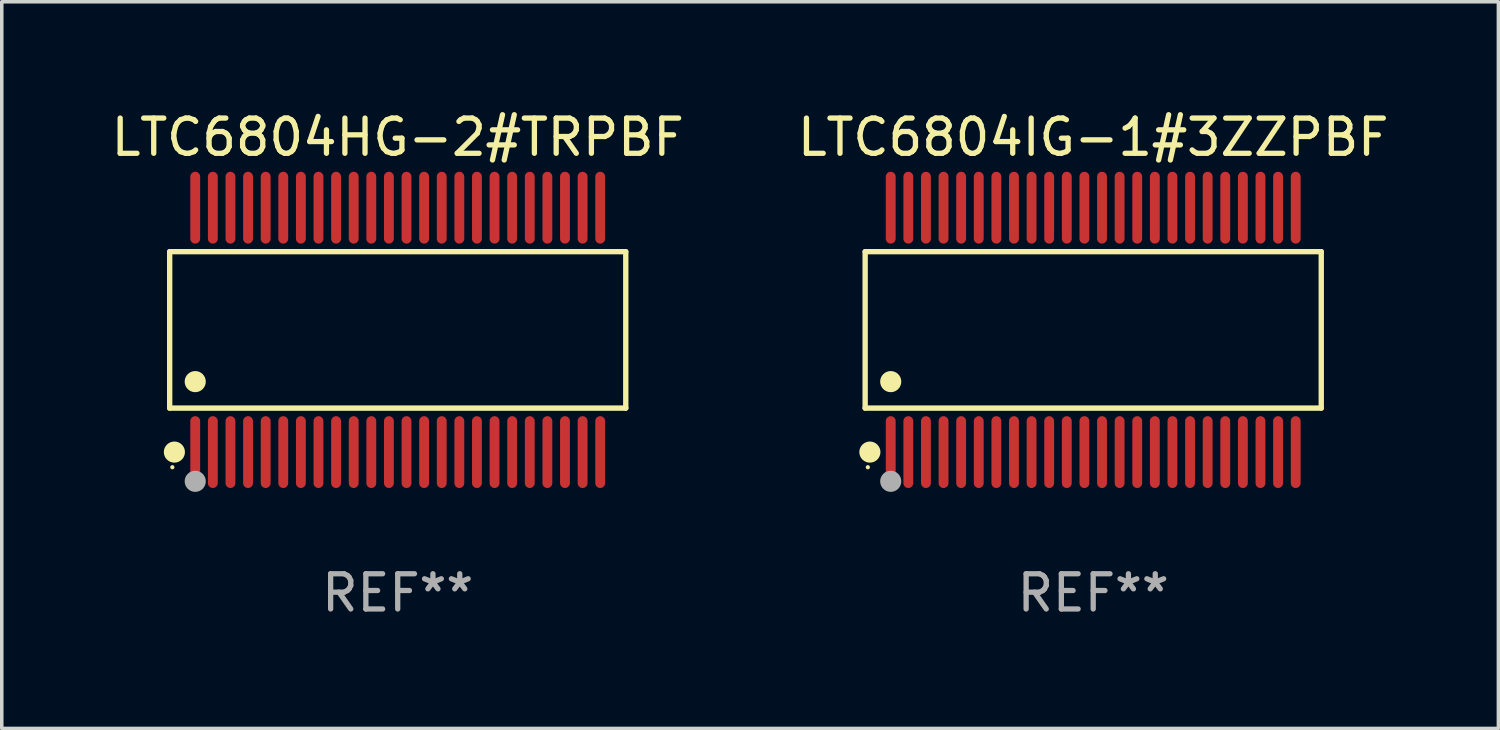
<source format=kicad_pcb>
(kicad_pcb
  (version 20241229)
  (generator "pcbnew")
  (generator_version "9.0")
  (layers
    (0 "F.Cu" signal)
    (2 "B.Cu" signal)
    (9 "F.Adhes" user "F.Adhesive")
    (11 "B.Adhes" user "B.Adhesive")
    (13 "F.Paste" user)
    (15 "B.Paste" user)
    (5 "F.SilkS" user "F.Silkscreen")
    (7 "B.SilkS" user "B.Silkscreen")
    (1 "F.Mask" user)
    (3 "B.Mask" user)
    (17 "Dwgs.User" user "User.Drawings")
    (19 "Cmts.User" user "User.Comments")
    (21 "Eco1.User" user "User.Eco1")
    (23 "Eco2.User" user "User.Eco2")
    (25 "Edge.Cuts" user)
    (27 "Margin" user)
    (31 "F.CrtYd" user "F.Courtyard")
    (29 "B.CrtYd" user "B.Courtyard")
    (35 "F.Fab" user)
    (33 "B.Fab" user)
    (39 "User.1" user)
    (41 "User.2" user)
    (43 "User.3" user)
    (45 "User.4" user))
  (footprint "LTC6804IG-1#3ZZPBF"
    (layer "F.Cu")
    (at 27.994 6.318)
    (property "Reference" "LTC6804IG-1#3ZZPBF" (at 0 -5.47 0) (layer "F.SilkS") (effects (font (size 1 1) (thickness 0.15))))
    (attr through_hole)
    (fp_line (start -6.476 -2.221) (end 6.476 -2.221) (stroke (width 0.152) (type solid)) (layer "F.SilkS"))
    (fp_line (start -6.476 2.221) (end -6.476 -2.221) (stroke (width 0.152) (type solid)) (layer "F.SilkS"))
    (fp_line (start 6.476 -2.221) (end 6.476 2.221) (stroke (width 0.152) (type solid)) (layer "F.SilkS"))
    (fp_line (start 6.476 2.221) (end -6.476 2.221) (stroke (width 0.152) (type solid)) (layer "F.SilkS"))
    (fp_circle (center -6.4 3.9) (end -6.37 3.9) (stroke (width 0.06) (type solid)) (fill no) (layer "F.SilkS"))
    (fp_circle (center -6.342 3.47) (end -6.192 3.47) (stroke (width 0.3) (type solid)) (fill no) (layer "F.SilkS"))
    (fp_circle (center -5.75 1.469) (end -5.6 1.469) (stroke (width 0.3) (type solid)) (fill no) (layer "F.SilkS"))
    (fp_circle (center -5.75 4.3) (end -5.6 4.3) (stroke (width 0.3) (type solid)) (fill no) (layer "F.Fab"))
    (fp_text user "REF**" (at 0 7.47 0) (layer "F.Fab") (effects (font (size 1 1) (thickness 0.15))))
    (pad "1" smd oval (at -5.75 3.47) (size 0.28 2.04) (layers "F.Cu" "F.Mask" "F.Paste"))
    (pad "2" smd oval (at -5.25 3.47) (size 0.28 2.04) (layers "F.Cu" "F.Mask" "F.Paste"))
    (pad "3" smd oval (at -4.75 3.47) (size 0.28 2.04) (layers "F.Cu" "F.Mask" "F.Paste"))
    (pad "4" smd oval (at -4.25 3.47) (size 0.28 2.04) (layers "F.Cu" "F.Mask" "F.Paste"))
    (pad "5" smd oval (at -3.75 3.47) (size 0.28 2.04) (layers "F.Cu" "F.Mask" "F.Paste"))
    (pad "6" smd oval (at -3.25 3.47) (size 0.28 2.04) (layers "F.Cu" "F.Mask" "F.Paste"))
    (pad "7" smd oval (at -2.75 3.47) (size 0.28 2.04) (layers "F.Cu" "F.Mask" "F.Paste"))
    (pad "8" smd oval (at -2.25 3.47) (size 0.28 2.04) (layers "F.Cu" "F.Mask" "F.Paste"))
    (pad "9" smd oval (at -1.75 3.47) (size 0.28 2.04) (layers "F.Cu" "F.Mask" "F.Paste"))
    (pad "10" smd oval (at -1.25 3.47) (size 0.28 2.04) (layers "F.Cu" "F.Mask" "F.Paste"))
    (pad "11" smd oval (at -0.75 3.47) (size 0.28 2.04) (layers "F.Cu" "F.Mask" "F.Paste"))
    (pad "12" smd oval (at -0.25 3.47) (size 0.28 2.04) (layers "F.Cu" "F.Mask" "F.Paste"))
    (pad "13" smd oval (at 0.25 3.47) (size 0.28 2.04) (layers "F.Cu" "F.Mask" "F.Paste"))
    (pad "14" smd oval (at 0.75 3.47) (size 0.28 2.04) (layers "F.Cu" "F.Mask" "F.Paste"))
    (pad "15" smd oval (at 1.25 3.47) (size 0.28 2.04) (layers "F.Cu" "F.Mask" "F.Paste"))
    (pad "16" smd oval (at 1.75 3.47) (size 0.28 2.04) (layers "F.Cu" "F.Mask" "F.Paste"))
    (pad "17" smd oval (at 2.25 3.47) (size 0.28 2.04) (layers "F.Cu" "F.Mask" "F.Paste"))
    (pad "18" smd oval (at 2.75 3.47) (size 0.28 2.04) (layers "F.Cu" "F.Mask" "F.Paste"))
    (pad "19" smd oval (at 3.25 3.47) (size 0.28 2.04) (layers "F.Cu" "F.Mask" "F.Paste"))
    (pad "20" smd oval (at 3.75 3.47) (size 0.28 2.04) (layers "F.Cu" "F.Mask" "F.Paste"))
    (pad "21" smd oval (at 4.25 3.47) (size 0.28 2.04) (layers "F.Cu" "F.Mask" "F.Paste"))
    (pad "22" smd oval (at 4.75 3.47) (size 0.28 2.04) (layers "F.Cu" "F.Mask" "F.Paste"))
    (pad "23" smd oval (at 5.25 3.47) (size 0.28 2.04) (layers "F.Cu" "F.Mask" "F.Paste"))
    (pad "24" smd oval (at 5.75 3.47) (size 0.28 2.04) (layers "F.Cu" "F.Mask" "F.Paste"))
    (pad "25" smd oval (at 5.75 -3.47) (size 0.28 2.04) (layers "F.Cu" "F.Mask" "F.Paste"))
    (pad "26" smd oval (at 5.25 -3.47) (size 0.28 2.04) (layers "F.Cu" "F.Mask" "F.Paste"))
    (pad "27" smd oval (at 4.75 -3.47) (size 0.28 2.04) (layers "F.Cu" "F.Mask" "F.Paste"))
    (pad "28" smd oval (at 4.25 -3.47) (size 0.28 2.04) (layers "F.Cu" "F.Mask" "F.Paste"))
    (pad "29" smd oval (at 3.75 -3.47) (size 0.28 2.04) (layers "F.Cu" "F.Mask" "F.Paste"))
    (pad "30" smd oval (at 3.25 -3.47) (size 0.28 2.04) (layers "F.Cu" "F.Mask" "F.Paste"))
    (pad "31" smd oval (at 2.75 -3.47) (size 0.28 2.04) (layers "F.Cu" "F.Mask" "F.Paste"))
    (pad "32" smd oval (at 2.25 -3.47) (size 0.28 2.04) (layers "F.Cu" "F.Mask" "F.Paste"))
    (pad "33" smd oval (at 1.75 -3.47) (size 0.28 2.04) (layers "F.Cu" "F.Mask" "F.Paste"))
    (pad "34" smd oval (at 1.25 -3.47) (size 0.28 2.04) (layers "F.Cu" "F.Mask" "F.Paste"))
    (pad "35" smd oval (at 0.75 -3.47) (size 0.28 2.04) (layers "F.Cu" "F.Mask" "F.Paste"))
    (pad "36" smd oval (at 0.25 -3.47) (size 0.28 2.04) (layers "F.Cu" "F.Mask" "F.Paste"))
    (pad "37" smd oval (at -0.25 -3.47) (size 0.28 2.04) (layers "F.Cu" "F.Mask" "F.Paste"))
    (pad "38" smd oval (at -0.75 -3.47) (size 0.28 2.04) (layers "F.Cu" "F.Mask" "F.Paste"))
    (pad "39" smd oval (at -1.25 -3.47) (size 0.28 2.04) (layers "F.Cu" "F.Mask" "F.Paste"))
    (pad "40" smd oval (at -1.75 -3.47) (size 0.28 2.04) (layers "F.Cu" "F.Mask" "F.Paste"))
    (pad "41" smd oval (at -2.25 -3.47) (size 0.28 2.04) (layers "F.Cu" "F.Mask" "F.Paste"))
    (pad "42" smd oval (at -2.75 -3.47) (size 0.28 2.04) (layers "F.Cu" "F.Mask" "F.Paste"))
    (pad "43" smd oval (at -3.25 -3.47) (size 0.28 2.04) (layers "F.Cu" "F.Mask" "F.Paste"))
    (pad "44" smd oval (at -3.75 -3.47) (size 0.28 2.04) (layers "F.Cu" "F.Mask" "F.Paste"))
    (pad "45" smd oval (at -4.25 -3.47) (size 0.28 2.04) (layers "F.Cu" "F.Mask" "F.Paste"))
    (pad "46" smd oval (at -4.75 -3.47) (size 0.28 2.04) (layers "F.Cu" "F.Mask" "F.Paste"))
    (pad "47" smd oval (at -5.25 -3.47) (size 0.28 2.04) (layers "F.Cu" "F.Mask" "F.Paste"))
    (pad "48" smd oval (at -5.75 -3.47) (size 0.28 2.04) (layers "F.Cu" "F.Mask" "F.Paste")))
  (footprint "LTC6804HG-2#TRPBF"
    (layer "F.Cu")
    (at 8.244 6.318)
    (property "Reference" "LTC6804HG-2#TRPBF" (at 0 -5.47 0) (layer "F.SilkS") (effects (font (size 1 1) (thickness 0.15))))
    (attr through_hole)
    (fp_line (start -6.476 -2.221) (end 6.476 -2.221) (stroke (width 0.152) (type solid)) (layer "F.SilkS"))
    (fp_line (start -6.476 2.221) (end -6.476 -2.221) (stroke (width 0.152) (type solid)) (layer "F.SilkS"))
    (fp_line (start 6.476 -2.221) (end 6.476 2.221) (stroke (width 0.152) (type solid)) (layer "F.SilkS"))
    (fp_line (start 6.476 2.221) (end -6.476 2.221) (stroke (width 0.152) (type solid)) (layer "F.SilkS"))
    (fp_circle (center -6.4 3.9) (end -6.37 3.9) (stroke (width 0.06) (type solid)) (fill no) (layer "F.SilkS"))
    (fp_circle (center -6.342 3.47) (end -6.192 3.47) (stroke (width 0.3) (type solid)) (fill no) (layer "F.SilkS"))
    (fp_circle (center -5.75 1.469) (end -5.6 1.469) (stroke (width 0.3) (type solid)) (fill no) (layer "F.SilkS"))
    (fp_circle (center -5.75 4.3) (end -5.6 4.3) (stroke (width 0.3) (type solid)) (fill no) (layer "F.Fab"))
    (fp_text user "REF**" (at 0 7.47 0) (layer "F.Fab") (effects (font (size 1 1) (thickness 0.15))))
    (pad "1" smd oval (at -5.75 3.47) (size 0.28 2.04) (layers "F.Cu" "F.Mask" "F.Paste"))
    (pad "2" smd oval (at -5.25 3.47) (size 0.28 2.04) (layers "F.Cu" "F.Mask" "F.Paste"))
    (pad "3" smd oval (at -4.75 3.47) (size 0.28 2.04) (layers "F.Cu" "F.Mask" "F.Paste"))
    (pad "4" smd oval (at -4.25 3.47) (size 0.28 2.04) (layers "F.Cu" "F.Mask" "F.Paste"))
    (pad "5" smd oval (at -3.75 3.47) (size 0.28 2.04) (layers "F.Cu" "F.Mask" "F.Paste"))
    (pad "6" smd oval (at -3.25 3.47) (size 0.28 2.04) (layers "F.Cu" "F.Mask" "F.Paste"))
    (pad "7" smd oval (at -2.75 3.47) (size 0.28 2.04) (layers "F.Cu" "F.Mask" "F.Paste"))
    (pad "8" smd oval (at -2.25 3.47) (size 0.28 2.04) (layers "F.Cu" "F.Mask" "F.Paste"))
    (pad "9" smd oval (at -1.75 3.47) (size 0.28 2.04) (layers "F.Cu" "F.Mask" "F.Paste"))
    (pad "10" smd oval (at -1.25 3.47) (size 0.28 2.04) (layers "F.Cu" "F.Mask" "F.Paste"))
    (pad "11" smd oval (at -0.75 3.47) (size 0.28 2.04) (layers "F.Cu" "F.Mask" "F.Paste"))
    (pad "12" smd oval (at -0.25 3.47) (size 0.28 2.04) (layers "F.Cu" "F.Mask" "F.Paste"))
    (pad "13" smd oval (at 0.25 3.47) (size 0.28 2.04) (layers "F.Cu" "F.Mask" "F.Paste"))
    (pad "14" smd oval (at 0.75 3.47) (size 0.28 2.04) (layers "F.Cu" "F.Mask" "F.Paste"))
    (pad "15" smd oval (at 1.25 3.47) (size 0.28 2.04) (layers "F.Cu" "F.Mask" "F.Paste"))
    (pad "16" smd oval (at 1.75 3.47) (size 0.28 2.04) (layers "F.Cu" "F.Mask" "F.Paste"))
    (pad "17" smd oval (at 2.25 3.47) (size 0.28 2.04) (layers "F.Cu" "F.Mask" "F.Paste"))
    (pad "18" smd oval (at 2.75 3.47) (size 0.28 2.04) (layers "F.Cu" "F.Mask" "F.Paste"))
    (pad "19" smd oval (at 3.25 3.47) (size 0.28 2.04) (layers "F.Cu" "F.Mask" "F.Paste"))
    (pad "20" smd oval (at 3.75 3.47) (size 0.28 2.04) (layers "F.Cu" "F.Mask" "F.Paste"))
    (pad "21" smd oval (at 4.25 3.47) (size 0.28 2.04) (layers "F.Cu" "F.Mask" "F.Paste"))
    (pad "22" smd oval (at 4.75 3.47) (size 0.28 2.04) (layers "F.Cu" "F.Mask" "F.Paste"))
    (pad "23" smd oval (at 5.25 3.47) (size 0.28 2.04) (layers "F.Cu" "F.Mask" "F.Paste"))
    (pad "24" smd oval (at 5.75 3.47) (size 0.28 2.04) (layers "F.Cu" "F.Mask" "F.Paste"))
    (pad "25" smd oval (at 5.75 -3.47) (size 0.28 2.04) (layers "F.Cu" "F.Mask" "F.Paste"))
    (pad "26" smd oval (at 5.25 -3.47) (size 0.28 2.04) (layers "F.Cu" "F.Mask" "F.Paste"))
    (pad "27" smd oval (at 4.75 -3.47) (size 0.28 2.04) (layers "F.Cu" "F.Mask" "F.Paste"))
    (pad "28" smd oval (at 4.25 -3.47) (size 0.28 2.04) (layers "F.Cu" "F.Mask" "F.Paste"))
    (pad "29" smd oval (at 3.75 -3.47) (size 0.28 2.04) (layers "F.Cu" "F.Mask" "F.Paste"))
    (pad "30" smd oval (at 3.25 -3.47) (size 0.28 2.04) (layers "F.Cu" "F.Mask" "F.Paste"))
    (pad "31" smd oval (at 2.75 -3.47) (size 0.28 2.04) (layers "F.Cu" "F.Mask" "F.Paste"))
    (pad "32" smd oval (at 2.25 -3.47) (size 0.28 2.04) (layers "F.Cu" "F.Mask" "F.Paste"))
    (pad "33" smd oval (at 1.75 -3.47) (size 0.28 2.04) (layers "F.Cu" "F.Mask" "F.Paste"))
    (pad "34" smd oval (at 1.25 -3.47) (size 0.28 2.04) (layers "F.Cu" "F.Mask" "F.Paste"))
    (pad "35" smd oval (at 0.75 -3.47) (size 0.28 2.04) (layers "F.Cu" "F.Mask" "F.Paste"))
    (pad "36" smd oval (at 0.25 -3.47) (size 0.28 2.04) (layers "F.Cu" "F.Mask" "F.Paste"))
    (pad "37" smd oval (at -0.25 -3.47) (size 0.28 2.04) (layers "F.Cu" "F.Mask" "F.Paste"))
    (pad "38" smd oval (at -0.75 -3.47) (size 0.28 2.04) (layers "F.Cu" "F.Mask" "F.Paste"))
    (pad "39" smd oval (at -1.25 -3.47) (size 0.28 2.04) (layers "F.Cu" "F.Mask" "F.Paste"))
    (pad "40" smd oval (at -1.75 -3.47) (size 0.28 2.04) (layers "F.Cu" "F.Mask" "F.Paste"))
    (pad "41" smd oval (at -2.25 -3.47) (size 0.28 2.04) (layers "F.Cu" "F.Mask" "F.Paste"))
    (pad "42" smd oval (at -2.75 -3.47) (size 0.28 2.04) (layers "F.Cu" "F.Mask" "F.Paste"))
    (pad "43" smd oval (at -3.25 -3.47) (size 0.28 2.04) (layers "F.Cu" "F.Mask" "F.Paste"))
    (pad "44" smd oval (at -3.75 -3.47) (size 0.28 2.04) (layers "F.Cu" "F.Mask" "F.Paste"))
    (pad "45" smd oval (at -4.25 -3.47) (size 0.28 2.04) (layers "F.Cu" "F.Mask" "F.Paste"))
    (pad "46" smd oval (at -4.75 -3.47) (size 0.28 2.04) (layers "F.Cu" "F.Mask" "F.Paste"))
    (pad "47" smd oval (at -5.25 -3.47) (size 0.28 2.04) (layers "F.Cu" "F.Mask" "F.Paste"))
    (pad "48" smd oval (at -5.75 -3.47) (size 0.28 2.04) (layers "F.Cu" "F.Mask" "F.Paste")))
  (gr_rect
    (start -3 -3)
    (end 39.5 17.636)
    (stroke (width 0.1) (type default))
    (fill no)
    (layer "Edge.Cuts")))
</source>
